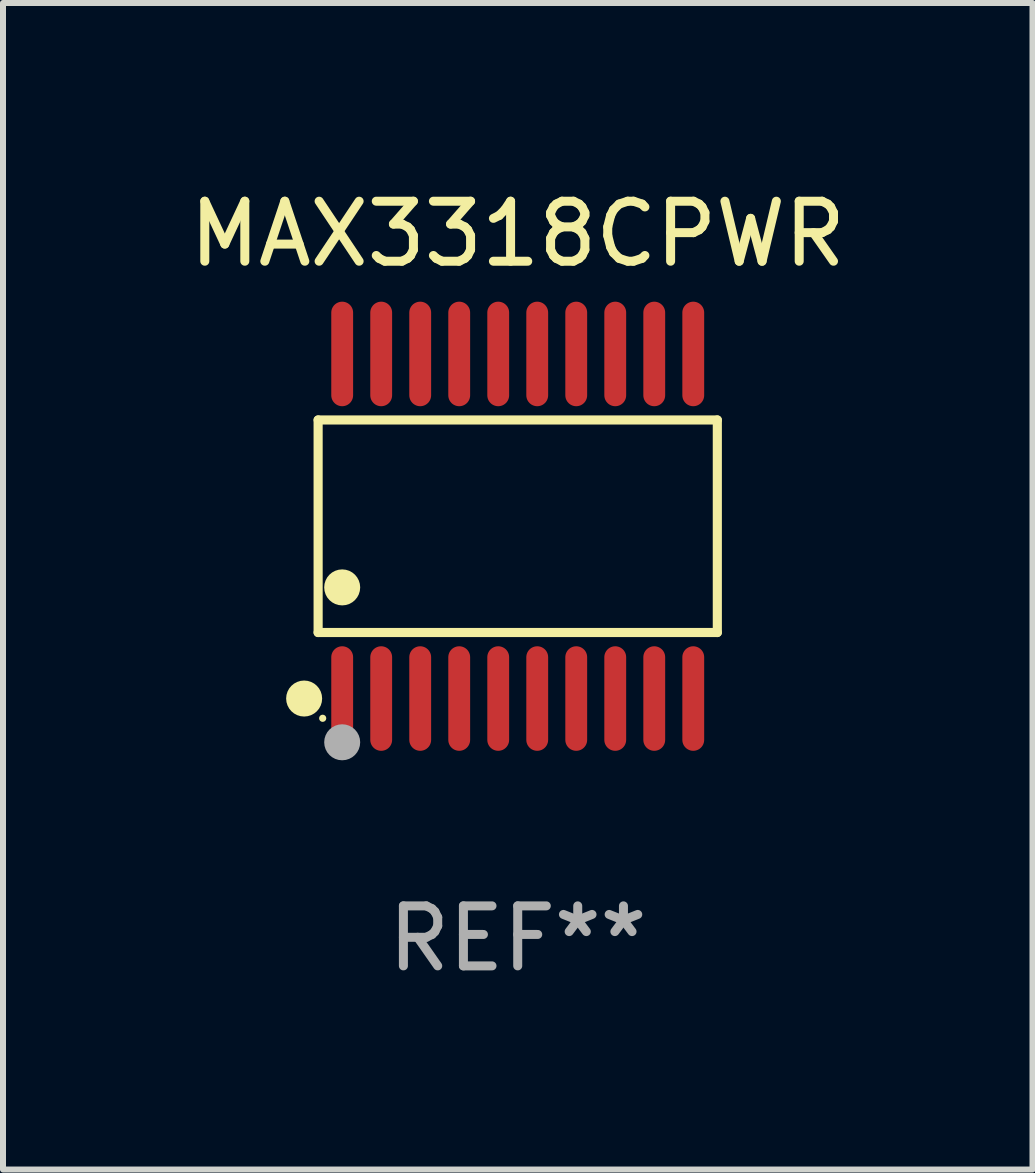
<source format=kicad_pcb>
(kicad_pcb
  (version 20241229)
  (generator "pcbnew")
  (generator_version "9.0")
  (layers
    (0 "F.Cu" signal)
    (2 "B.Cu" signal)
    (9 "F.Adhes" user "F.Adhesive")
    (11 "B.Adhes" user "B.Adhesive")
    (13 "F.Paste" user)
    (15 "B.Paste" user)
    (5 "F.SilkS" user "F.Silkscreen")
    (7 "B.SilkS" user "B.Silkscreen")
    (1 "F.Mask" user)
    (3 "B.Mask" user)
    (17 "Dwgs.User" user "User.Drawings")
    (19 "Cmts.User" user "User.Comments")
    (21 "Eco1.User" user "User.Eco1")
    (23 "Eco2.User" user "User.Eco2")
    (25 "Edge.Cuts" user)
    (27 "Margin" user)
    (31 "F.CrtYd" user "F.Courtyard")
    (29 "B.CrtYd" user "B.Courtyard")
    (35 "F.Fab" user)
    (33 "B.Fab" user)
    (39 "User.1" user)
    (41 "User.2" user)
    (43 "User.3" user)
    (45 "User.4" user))
  (footprint "MAX3318CPWR"
    (layer "F.Cu")
    (at 5.577 5.719)
    (property "Reference" "MAX3318CPWR" (at 0 -4.871 0) (layer "F.SilkS") (effects (font (size 1 1) (thickness 0.15))))
    (attr through_hole)
    (fp_line (start -3.326 -1.771) (end 3.326 -1.771) (stroke (width 0.152) (type solid)) (layer "F.SilkS"))
    (fp_line (start -3.326 1.771) (end -3.326 -1.771) (stroke (width 0.152) (type solid)) (layer "F.SilkS"))
    (fp_line (start 3.326 -1.771) (end 3.326 1.771) (stroke (width 0.152) (type solid)) (layer "F.SilkS"))
    (fp_line (start 3.326 1.771) (end -3.326 1.771) (stroke (width 0.152) (type solid)) (layer "F.SilkS"))
    (fp_circle (center -3.559 2.871) (end -3.409 2.871) (stroke (width 0.3) (type solid)) (fill no) (layer "F.SilkS"))
    (fp_circle (center -3.25 3.2) (end -3.22 3.2) (stroke (width 0.06) (type solid)) (fill no) (layer "F.SilkS"))
    (fp_circle (center -2.925 1.019) (end -2.775 1.019) (stroke (width 0.3) (type solid)) (fill no) (layer "F.SilkS"))
    (fp_circle (center -2.925 3.6) (end -2.775 3.6) (stroke (width 0.3) (type solid)) (fill no) (layer "F.Fab"))
    (fp_text user "REF**" (at 0 6.871 0) (layer "F.Fab") (effects (font (size 1 1) (thickness 0.15))))
    (pad "1" smd oval (at -2.925 2.871) (size 0.364 1.742) (layers "F.Cu" "F.Mask" "F.Paste"))
    (pad "2" smd oval (at -2.275 2.871) (size 0.364 1.742) (layers "F.Cu" "F.Mask" "F.Paste"))
    (pad "3" smd oval (at -1.625 2.871) (size 0.364 1.742) (layers "F.Cu" "F.Mask" "F.Paste"))
    (pad "4" smd oval (at -0.975 2.871) (size 0.364 1.742) (layers "F.Cu" "F.Mask" "F.Paste"))
    (pad "5" smd oval (at -0.325 2.871) (size 0.364 1.742) (layers "F.Cu" "F.Mask" "F.Paste"))
    (pad "6" smd oval (at 0.325 2.871) (size 0.364 1.742) (layers "F.Cu" "F.Mask" "F.Paste"))
    (pad "7" smd oval (at 0.975 2.871) (size 0.364 1.742) (layers "F.Cu" "F.Mask" "F.Paste"))
    (pad "8" smd oval (at 1.625 2.871) (size 0.364 1.742) (layers "F.Cu" "F.Mask" "F.Paste"))
    (pad "9" smd oval (at 2.275 2.871) (size 0.364 1.742) (layers "F.Cu" "F.Mask" "F.Paste"))
    (pad "10" smd oval (at 2.925 2.871) (size 0.364 1.742) (layers "F.Cu" "F.Mask" "F.Paste"))
    (pad "11" smd oval (at 2.925 -2.871) (size 0.364 1.742) (layers "F.Cu" "F.Mask" "F.Paste"))
    (pad "12" smd oval (at 2.275 -2.871) (size 0.364 1.742) (layers "F.Cu" "F.Mask" "F.Paste"))
    (pad "13" smd oval (at 1.625 -2.871) (size 0.364 1.742) (layers "F.Cu" "F.Mask" "F.Paste"))
    (pad "14" smd oval (at 0.975 -2.871) (size 0.364 1.742) (layers "F.Cu" "F.Mask" "F.Paste"))
    (pad "15" smd oval (at 0.325 -2.871) (size 0.364 1.742) (layers "F.Cu" "F.Mask" "F.Paste"))
    (pad "16" smd oval (at -0.325 -2.871) (size 0.364 1.742) (layers "F.Cu" "F.Mask" "F.Paste"))
    (pad "17" smd oval (at -0.975 -2.871) (size 0.364 1.742) (layers "F.Cu" "F.Mask" "F.Paste"))
    (pad "18" smd oval (at -1.625 -2.871) (size 0.364 1.742) (layers "F.Cu" "F.Mask" "F.Paste"))
    (pad "19" smd oval (at -2.275 -2.871) (size 0.364 1.742) (layers "F.Cu" "F.Mask" "F.Paste"))
    (pad "20" smd oval (at -2.925 -2.871) (size 0.364 1.742) (layers "F.Cu" "F.Mask" "F.Paste")))
  (gr_rect
    (start -3 -3)
    (end 14.155 16.438)
    (stroke (width 0.1) (type default))
    (fill no)
    (layer "Edge.Cuts")))
</source>
